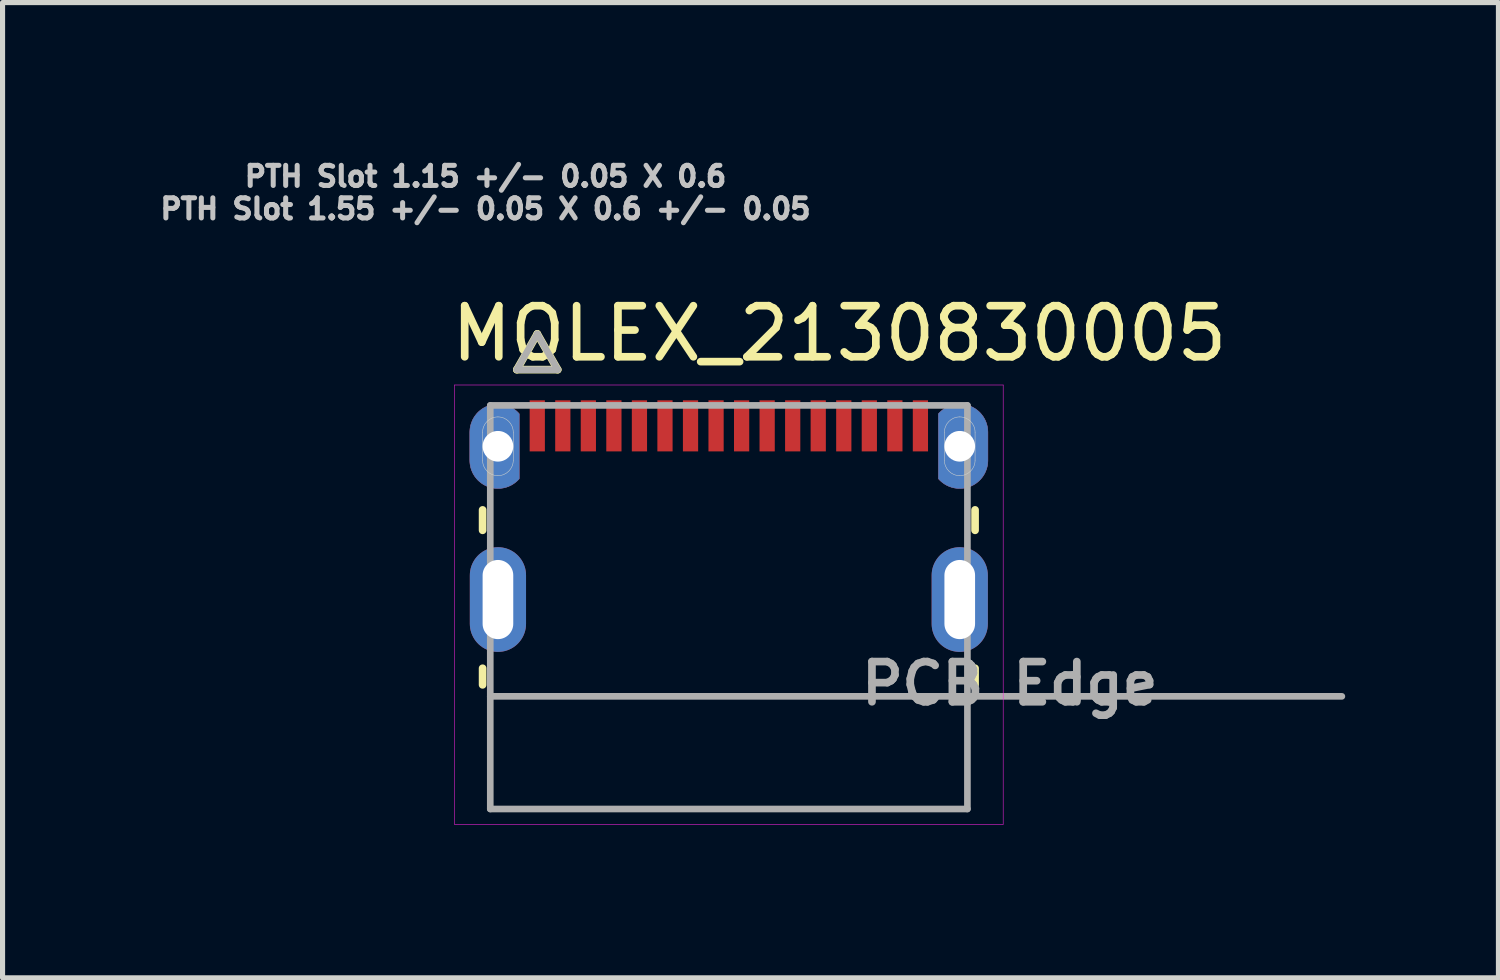
<source format=kicad_pcb>
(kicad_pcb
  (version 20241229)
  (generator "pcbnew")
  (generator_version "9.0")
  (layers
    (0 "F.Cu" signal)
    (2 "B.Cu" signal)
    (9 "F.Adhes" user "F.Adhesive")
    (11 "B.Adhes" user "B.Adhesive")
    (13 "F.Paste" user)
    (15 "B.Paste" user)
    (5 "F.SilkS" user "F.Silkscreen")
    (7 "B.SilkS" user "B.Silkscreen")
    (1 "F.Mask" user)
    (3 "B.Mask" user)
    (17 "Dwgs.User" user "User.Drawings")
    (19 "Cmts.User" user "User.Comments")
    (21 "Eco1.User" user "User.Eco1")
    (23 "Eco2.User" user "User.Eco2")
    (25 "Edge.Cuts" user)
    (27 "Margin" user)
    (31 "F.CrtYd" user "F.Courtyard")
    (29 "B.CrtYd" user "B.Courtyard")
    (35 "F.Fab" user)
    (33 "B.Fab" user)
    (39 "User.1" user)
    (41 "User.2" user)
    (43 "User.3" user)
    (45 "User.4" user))
  (footprint "MOLEX_2130830005"
    (layer "F.Cu")
    (at 11.217 8.686)
    (property "Reference" "MOLEX_2130830005" (at 2.163 -5.207 0) (layer "F.SilkS") (effects (font (size 1 1) (thickness 0.15))))
    (attr smd)
    (fp_poly (pts (xy -4.52 -3.825) (xy -4.549 -3.824) (xy -4.577 -3.822) (xy -4.606 -3.818) (xy -4.634 -3.813) (xy -4.662 -3.806) (xy -4.69 -3.798) (xy -4.717 -3.788) (xy -4.744 -3.777) (xy -4.77 -3.765) (xy -4.795 -3.751) (xy -4.82 -3.736) (xy -4.843 -3.72) (xy -4.866 -3.702) (xy -4.888 -3.684) (xy -4.909 -3.664) (xy -4.929 -3.643) (xy -4.947 -3.621) (xy -4.965 -3.598) (xy -4.981 -3.575) (xy -4.996 -3.55) (xy -5.01 -3.525) (xy -5.022 -3.499) (xy -5.033 -3.472) (xy -5.043 -3.445) (xy -5.051 -3.417) (xy -5.058 -3.389) (xy -5.063 -3.361) (xy -5.067 -3.332) (xy -5.069 -3.304) (xy -5.07 -3.275) (xy -5.07 -2.725) (xy -5.069 -2.696) (xy -5.067 -2.668) (xy -5.063 -2.639) (xy -5.058 -2.611) (xy -5.051 -2.583) (xy -5.043 -2.555) (xy -5.033 -2.528) (xy -5.022 -2.501) (xy -5.01 -2.475) (xy -4.996 -2.45) (xy -4.981 -2.425) (xy -4.965 -2.402) (xy -4.947 -2.379) (xy -4.929 -2.357) (xy -4.909 -2.336) (xy -4.888 -2.316) (xy -4.866 -2.298) (xy -4.843 -2.28) (xy -4.82 -2.264) (xy -4.795 -2.249) (xy -4.77 -2.235) (xy -4.744 -2.223) (xy -4.717 -2.212) (xy -4.69 -2.202) (xy -4.662 -2.194) (xy -4.634 -2.187) (xy -4.606 -2.182) (xy -4.577 -2.178) (xy -4.549 -2.176) (xy -4.52 -2.175) (xy -4.504 -2.175) (xy -4.489 -2.176) (xy -4.473 -2.177) (xy -4.457 -2.179) (xy -4.442 -2.181) (xy -4.426 -2.183) (xy -4.411 -2.186) (xy -4.396 -2.189) (xy -4.38 -2.193) (xy -4.365 -2.197) (xy -4.35 -2.202) (xy -4.336 -2.207) (xy -4.321 -2.212) (xy -4.306 -2.218) (xy -4.292 -2.225) (xy -4.278 -2.231) (xy -4.264 -2.238) (xy -4.25 -2.246) (xy -4.236 -2.254) (xy -4.223 -2.262) (xy -4.21 -2.271) (xy -4.197 -2.28) (xy -4.185 -2.289) (xy -4.172 -2.299) (xy -4.16 -2.309) (xy -4.149 -2.319) (xy -4.137 -2.33) (xy -4.126 -2.341) (xy -4.115 -2.352) (xy -4.104 -2.365) (xy -4.104 -3.635) (xy -4.115 -3.648) (xy -4.126 -3.659) (xy -4.137 -3.67) (xy -4.149 -3.681) (xy -4.16 -3.691) (xy -4.172 -3.701) (xy -4.185 -3.711) (xy -4.197 -3.72) (xy -4.21 -3.729) (xy -4.223 -3.738) (xy -4.236 -3.746) (xy -4.25 -3.754) (xy -4.264 -3.762) (xy -4.278 -3.769) (xy -4.292 -3.775) (xy -4.306 -3.782) (xy -4.321 -3.788) (xy -4.336 -3.793) (xy -4.35 -3.798) (xy -4.365 -3.803) (xy -4.38 -3.807) (xy -4.396 -3.811) (xy -4.411 -3.814) (xy -4.426 -3.817) (xy -4.442 -3.819) (xy -4.457 -3.821) (xy -4.473 -3.823) (xy -4.489 -3.824) (xy -4.504 -3.825) (xy -4.52 -3.825)) (stroke (width 0.01) (type solid)) (fill yes) (layer "F.Cu"))
    (fp_poly (pts (xy 4.52 -3.825) (xy 4.549 -3.824) (xy 4.577 -3.822) (xy 4.606 -3.818) (xy 4.634 -3.813) (xy 4.662 -3.806) (xy 4.69 -3.798) (xy 4.717 -3.788) (xy 4.744 -3.777) (xy 4.77 -3.765) (xy 4.795 -3.751) (xy 4.82 -3.736) (xy 4.843 -3.72) (xy 4.866 -3.702) (xy 4.888 -3.684) (xy 4.909 -3.664) (xy 4.929 -3.643) (xy 4.947 -3.621) (xy 4.965 -3.598) (xy 4.981 -3.575) (xy 4.996 -3.55) (xy 5.01 -3.525) (xy 5.022 -3.499) (xy 5.033 -3.472) (xy 5.043 -3.445) (xy 5.051 -3.417) (xy 5.058 -3.389) (xy 5.063 -3.361) (xy 5.067 -3.332) (xy 5.069 -3.304) (xy 5.07 -3.275) (xy 5.07 -2.725) (xy 5.069 -2.696) (xy 5.067 -2.668) (xy 5.063 -2.639) (xy 5.058 -2.611) (xy 5.051 -2.583) (xy 5.043 -2.555) (xy 5.033 -2.528) (xy 5.022 -2.501) (xy 5.01 -2.475) (xy 4.996 -2.45) (xy 4.981 -2.425) (xy 4.965 -2.402) (xy 4.947 -2.379) (xy 4.929 -2.357) (xy 4.909 -2.336) (xy 4.888 -2.316) (xy 4.866 -2.298) (xy 4.843 -2.28) (xy 4.82 -2.264) (xy 4.795 -2.249) (xy 4.77 -2.235) (xy 4.744 -2.223) (xy 4.717 -2.212) (xy 4.69 -2.202) (xy 4.662 -2.194) (xy 4.634 -2.187) (xy 4.606 -2.182) (xy 4.577 -2.178) (xy 4.549 -2.176) (xy 4.52 -2.175) (xy 4.504 -2.175) (xy 4.489 -2.176) (xy 4.473 -2.177) (xy 4.457 -2.179) (xy 4.442 -2.181) (xy 4.426 -2.183) (xy 4.411 -2.186) (xy 4.396 -2.189) (xy 4.38 -2.193) (xy 4.365 -2.197) (xy 4.35 -2.202) (xy 4.336 -2.207) (xy 4.321 -2.212) (xy 4.306 -2.218) (xy 4.292 -2.225) (xy 4.278 -2.231) (xy 4.264 -2.238) (xy 4.25 -2.246) (xy 4.236 -2.254) (xy 4.223 -2.262) (xy 4.21 -2.271) (xy 4.197 -2.28) (xy 4.185 -2.289) (xy 4.172 -2.299) (xy 4.16 -2.309) (xy 4.149 -2.319) (xy 4.137 -2.33) (xy 4.126 -2.341) (xy 4.115 -2.352) (xy 4.104 -2.365) (xy 4.104 -3.635) (xy 4.115 -3.648) (xy 4.126 -3.659) (xy 4.137 -3.67) (xy 4.149 -3.681) (xy 4.16 -3.691) (xy 4.172 -3.701) (xy 4.185 -3.711) (xy 4.197 -3.72) (xy 4.21 -3.729) (xy 4.223 -3.738) (xy 4.236 -3.746) (xy 4.25 -3.754) (xy 4.264 -3.762) (xy 4.278 -3.769) (xy 4.292 -3.775) (xy 4.306 -3.782) (xy 4.321 -3.788) (xy 4.336 -3.793) (xy 4.35 -3.798) (xy 4.365 -3.803) (xy 4.38 -3.807) (xy 4.396 -3.811) (xy 4.411 -3.814) (xy 4.426 -3.817) (xy 4.442 -3.819) (xy 4.457 -3.821) (xy 4.473 -3.823) (xy 4.489 -3.824) (xy 4.504 -3.825) (xy 4.52 -3.825)) (stroke (width 0.01) (type solid)) (fill yes) (layer "F.Cu"))
    (fp_poly (pts (xy -3.962 -3.963) (xy -3.538 -3.963) (xy -3.538 -2.837) (xy -3.962 -2.837)) (stroke (width 0.01) (type solid)) (fill yes) (layer "F.Mask"))
    (fp_poly (pts (xy -3.462 -3.963) (xy -3.038 -3.963) (xy -3.038 -2.837) (xy -3.462 -2.837)) (stroke (width 0.01) (type solid)) (fill yes) (layer "F.Mask"))
    (fp_poly (pts (xy -2.962 -3.963) (xy -2.538 -3.963) (xy -2.538 -2.837) (xy -2.962 -2.837)) (stroke (width 0.01) (type solid)) (fill yes) (layer "F.Mask"))
    (fp_poly (pts (xy -2.462 -3.963) (xy -2.038 -3.963) (xy -2.038 -2.837) (xy -2.462 -2.837)) (stroke (width 0.01) (type solid)) (fill yes) (layer "F.Mask"))
    (fp_poly (pts (xy -1.962 -3.963) (xy -1.538 -3.963) (xy -1.538 -2.837) (xy -1.962 -2.837)) (stroke (width 0.01) (type solid)) (fill yes) (layer "F.Mask"))
    (fp_poly (pts (xy -1.462 -3.963) (xy -1.038 -3.963) (xy -1.038 -2.837) (xy -1.462 -2.837)) (stroke (width 0.01) (type solid)) (fill yes) (layer "F.Mask"))
    (fp_poly (pts (xy -0.963 -3.963) (xy -0.537 -3.963) (xy -0.537 -2.837) (xy -0.963 -2.837)) (stroke (width 0.01) (type solid)) (fill yes) (layer "F.Mask"))
    (fp_poly (pts (xy -0.463 -3.963) (xy -0.037 -3.963) (xy -0.037 -2.837) (xy -0.463 -2.837)) (stroke (width 0.01) (type solid)) (fill yes) (layer "F.Mask"))
    (fp_poly (pts (xy 0.037 -3.963) (xy 0.463 -3.963) (xy 0.463 -2.837) (xy 0.037 -2.837)) (stroke (width 0.01) (type solid)) (fill yes) (layer "F.Mask"))
    (fp_poly (pts (xy 0.537 -3.963) (xy 0.963 -3.963) (xy 0.963 -2.837) (xy 0.537 -2.837)) (stroke (width 0.01) (type solid)) (fill yes) (layer "F.Mask"))
    (fp_poly (pts (xy 1.038 -3.963) (xy 1.462 -3.963) (xy 1.462 -2.837) (xy 1.038 -2.837)) (stroke (width 0.01) (type solid)) (fill yes) (layer "F.Mask"))
    (fp_poly (pts (xy 1.538 -3.963) (xy 1.962 -3.963) (xy 1.962 -2.837) (xy 1.538 -2.837)) (stroke (width 0.01) (type solid)) (fill yes) (layer "F.Mask"))
    (fp_poly (pts (xy 2.038 -3.963) (xy 2.462 -3.963) (xy 2.462 -2.837) (xy 2.038 -2.837)) (stroke (width 0.01) (type solid)) (fill yes) (layer "F.Mask"))
    (fp_poly (pts (xy 2.538 -3.963) (xy 2.962 -3.963) (xy 2.962 -2.837) (xy 2.538 -2.837)) (stroke (width 0.01) (type solid)) (fill yes) (layer "F.Mask"))
    (fp_poly (pts (xy 3.038 -3.963) (xy 3.462 -3.963) (xy 3.462 -2.837) (xy 3.038 -2.837)) (stroke (width 0.01) (type solid)) (fill yes) (layer "F.Mask"))
    (fp_poly (pts (xy 3.538 -3.963) (xy 3.962 -3.963) (xy 3.962 -2.837) (xy 3.538 -2.837)) (stroke (width 0.01) (type solid)) (fill yes) (layer "F.Mask"))
    (fp_poly (pts (xy -4.52 -3.889) (xy -4.552 -3.888) (xy -4.584 -3.885) (xy -4.616 -3.881) (xy -4.648 -3.875) (xy -4.679 -3.868) (xy -4.71 -3.858) (xy -4.74 -3.848) (xy -4.77 -3.835) (xy -4.799 -3.822) (xy -4.827 -3.806) (xy -4.854 -3.79) (xy -4.881 -3.771) (xy -4.906 -3.752) (xy -4.931 -3.731) (xy -4.954 -3.709) (xy -4.976 -3.686) (xy -4.997 -3.661) (xy -5.016 -3.636) (xy -5.035 -3.609) (xy -5.051 -3.582) (xy -5.067 -3.554) (xy -5.08 -3.525) (xy -5.093 -3.495) (xy -5.103 -3.465) (xy -5.113 -3.434) (xy -5.12 -3.403) (xy -5.126 -3.371) (xy -5.13 -3.339) (xy -5.133 -3.307) (xy -5.133 -3.275) (xy -5.133 -2.725) (xy -5.133 -2.693) (xy -5.13 -2.661) (xy -5.126 -2.629) (xy -5.12 -2.597) (xy -5.113 -2.566) (xy -5.103 -2.535) (xy -5.093 -2.505) (xy -5.08 -2.475) (xy -5.067 -2.446) (xy -5.051 -2.418) (xy -5.035 -2.391) (xy -5.016 -2.364) (xy -4.997 -2.339) (xy -4.976 -2.314) (xy -4.954 -2.291) (xy -4.931 -2.269) (xy -4.906 -2.248) (xy -4.881 -2.229) (xy -4.854 -2.21) (xy -4.827 -2.194) (xy -4.799 -2.178) (xy -4.77 -2.165) (xy -4.74 -2.152) (xy -4.71 -2.142) (xy -4.679 -2.132) (xy -4.648 -2.125) (xy -4.616 -2.119) (xy -4.584 -2.115) (xy -4.552 -2.112) (xy -4.52 -2.111) (xy -4.502 -2.112) (xy -4.484 -2.113) (xy -4.465 -2.114) (xy -4.447 -2.116) (xy -4.429 -2.118) (xy -4.411 -2.121) (xy -4.393 -2.125) (xy -4.376 -2.129) (xy -4.358 -2.133) (xy -4.341 -2.138) (xy -4.323 -2.144) (xy -4.306 -2.15) (xy -4.289 -2.157) (xy -4.272 -2.164) (xy -4.256 -2.171) (xy -4.24 -2.179) (xy -4.224 -2.188) (xy -4.208 -2.197) (xy -4.192 -2.206) (xy -4.177 -2.216) (xy -4.162 -2.227) (xy -4.147 -2.238) (xy -4.133 -2.249) (xy -4.119 -2.261) (xy -4.106 -2.273) (xy -4.092 -2.285) (xy -4.079 -2.298) (xy -4.067 -2.311) (xy -4.055 -2.325) (xy -4.04 -2.342) (xy -4.04 -3.658) (xy -4.055 -3.675) (xy -4.067 -3.689) (xy -4.079 -3.702) (xy -4.092 -3.715) (xy -4.106 -3.727) (xy -4.119 -3.739) (xy -4.133 -3.751) (xy -4.147 -3.762) (xy -4.162 -3.773) (xy -4.177 -3.784) (xy -4.192 -3.794) (xy -4.208 -3.803) (xy -4.224 -3.812) (xy -4.24 -3.821) (xy -4.256 -3.829) (xy -4.272 -3.836) (xy -4.289 -3.843) (xy -4.306 -3.85) (xy -4.323 -3.856) (xy -4.341 -3.862) (xy -4.358 -3.867) (xy -4.376 -3.871) (xy -4.393 -3.875) (xy -4.411 -3.879) (xy -4.429 -3.882) (xy -4.447 -3.884) (xy -4.465 -3.886) (xy -4.484 -3.887) (xy -4.502 -3.888) (xy -4.52 -3.889) (xy -4.52 -3.889)) (stroke (width 0.01) (type solid)) (fill yes) (layer "F.Mask"))
    (fp_poly (pts (xy 4.52 -3.889) (xy 4.552 -3.888) (xy 4.584 -3.885) (xy 4.616 -3.881) (xy 4.648 -3.875) (xy 4.679 -3.868) (xy 4.71 -3.858) (xy 4.74 -3.848) (xy 4.77 -3.835) (xy 4.799 -3.822) (xy 4.827 -3.806) (xy 4.854 -3.79) (xy 4.881 -3.771) (xy 4.906 -3.752) (xy 4.931 -3.731) (xy 4.954 -3.709) (xy 4.976 -3.686) (xy 4.997 -3.661) (xy 5.016 -3.636) (xy 5.035 -3.609) (xy 5.051 -3.582) (xy 5.067 -3.554) (xy 5.08 -3.525) (xy 5.093 -3.495) (xy 5.103 -3.465) (xy 5.113 -3.434) (xy 5.12 -3.403) (xy 5.126 -3.371) (xy 5.13 -3.339) (xy 5.133 -3.307) (xy 5.133 -3.275) (xy 5.133 -2.725) (xy 5.133 -2.693) (xy 5.13 -2.661) (xy 5.126 -2.629) (xy 5.12 -2.597) (xy 5.113 -2.566) (xy 5.103 -2.535) (xy 5.093 -2.505) (xy 5.08 -2.475) (xy 5.067 -2.446) (xy 5.051 -2.418) (xy 5.035 -2.391) (xy 5.016 -2.364) (xy 4.997 -2.339) (xy 4.976 -2.314) (xy 4.954 -2.291) (xy 4.931 -2.269) (xy 4.906 -2.248) (xy 4.881 -2.229) (xy 4.854 -2.21) (xy 4.827 -2.194) (xy 4.799 -2.178) (xy 4.77 -2.165) (xy 4.74 -2.152) (xy 4.71 -2.142) (xy 4.679 -2.132) (xy 4.648 -2.125) (xy 4.616 -2.119) (xy 4.584 -2.115) (xy 4.552 -2.112) (xy 4.52 -2.111) (xy 4.502 -2.112) (xy 4.484 -2.113) (xy 4.465 -2.114) (xy 4.447 -2.116) (xy 4.429 -2.118) (xy 4.411 -2.121) (xy 4.393 -2.125) (xy 4.376 -2.129) (xy 4.358 -2.133) (xy 4.341 -2.138) (xy 4.323 -2.144) (xy 4.306 -2.15) (xy 4.289 -2.157) (xy 4.272 -2.164) (xy 4.256 -2.171) (xy 4.24 -2.179) (xy 4.224 -2.188) (xy 4.208 -2.197) (xy 4.192 -2.206) (xy 4.177 -2.216) (xy 4.162 -2.227) (xy 4.147 -2.238) (xy 4.133 -2.249) (xy 4.119 -2.261) (xy 4.106 -2.273) (xy 4.092 -2.285) (xy 4.079 -2.298) (xy 4.067 -2.311) (xy 4.055 -2.325) (xy 4.04 -2.342) (xy 4.04 -3.658) (xy 4.055 -3.675) (xy 4.067 -3.689) (xy 4.079 -3.702) (xy 4.092 -3.715) (xy 4.106 -3.727) (xy 4.119 -3.739) (xy 4.133 -3.751) (xy 4.147 -3.762) (xy 4.162 -3.773) (xy 4.177 -3.784) (xy 4.192 -3.794) (xy 4.208 -3.803) (xy 4.224 -3.812) (xy 4.24 -3.821) (xy 4.256 -3.829) (xy 4.272 -3.836) (xy 4.289 -3.843) (xy 4.306 -3.85) (xy 4.323 -3.856) (xy 4.341 -3.862) (xy 4.358 -3.867) (xy 4.376 -3.871) (xy 4.393 -3.875) (xy 4.411 -3.879) (xy 4.429 -3.882) (xy 4.447 -3.884) (xy 4.465 -3.886) (xy 4.484 -3.887) (xy 4.502 -3.888) (xy 4.52 -3.889) (xy 4.52 -3.889)) (stroke (width 0.01) (type solid)) (fill yes) (layer "F.Mask"))
    (fp_poly (pts (xy -4.52 -3.825) (xy -4.549 -3.824) (xy -4.577 -3.822) (xy -4.606 -3.818) (xy -4.634 -3.813) (xy -4.662 -3.806) (xy -4.69 -3.798) (xy -4.717 -3.788) (xy -4.744 -3.777) (xy -4.77 -3.765) (xy -4.795 -3.751) (xy -4.82 -3.736) (xy -4.843 -3.72) (xy -4.866 -3.702) (xy -4.888 -3.684) (xy -4.909 -3.664) (xy -4.929 -3.643) (xy -4.947 -3.621) (xy -4.965 -3.598) (xy -4.981 -3.575) (xy -4.996 -3.55) (xy -5.01 -3.525) (xy -5.022 -3.499) (xy -5.033 -3.472) (xy -5.043 -3.445) (xy -5.051 -3.417) (xy -5.058 -3.389) (xy -5.063 -3.361) (xy -5.067 -3.332) (xy -5.069 -3.304) (xy -5.07 -3.275) (xy -5.07 -2.725) (xy -5.069 -2.696) (xy -5.067 -2.668) (xy -5.063 -2.639) (xy -5.058 -2.611) (xy -5.051 -2.583) (xy -5.043 -2.555) (xy -5.033 -2.528) (xy -5.022 -2.501) (xy -5.01 -2.475) (xy -4.996 -2.45) (xy -4.981 -2.425) (xy -4.965 -2.402) (xy -4.947 -2.379) (xy -4.929 -2.357) (xy -4.909 -2.336) (xy -4.888 -2.316) (xy -4.866 -2.298) (xy -4.843 -2.28) (xy -4.82 -2.264) (xy -4.795 -2.249) (xy -4.77 -2.235) (xy -4.744 -2.223) (xy -4.717 -2.212) (xy -4.69 -2.202) (xy -4.662 -2.194) (xy -4.634 -2.187) (xy -4.606 -2.182) (xy -4.577 -2.178) (xy -4.549 -2.176) (xy -4.52 -2.175) (xy -4.504 -2.175) (xy -4.489 -2.176) (xy -4.473 -2.177) (xy -4.457 -2.179) (xy -4.442 -2.181) (xy -4.426 -2.183) (xy -4.411 -2.186) (xy -4.396 -2.189) (xy -4.38 -2.193) (xy -4.365 -2.197) (xy -4.35 -2.202) (xy -4.336 -2.207) (xy -4.321 -2.212) (xy -4.306 -2.218) (xy -4.292 -2.225) (xy -4.278 -2.231) (xy -4.264 -2.238) (xy -4.25 -2.246) (xy -4.236 -2.254) (xy -4.223 -2.262) (xy -4.21 -2.271) (xy -4.197 -2.28) (xy -4.185 -2.289) (xy -4.172 -2.299) (xy -4.16 -2.309) (xy -4.149 -2.319) (xy -4.137 -2.33) (xy -4.126 -2.341) (xy -4.115 -2.352) (xy -4.104 -2.365) (xy -4.104 -3.635) (xy -4.115 -3.648) (xy -4.126 -3.659) (xy -4.137 -3.67) (xy -4.149 -3.681) (xy -4.16 -3.691) (xy -4.172 -3.701) (xy -4.185 -3.711) (xy -4.197 -3.72) (xy -4.21 -3.729) (xy -4.223 -3.738) (xy -4.236 -3.746) (xy -4.25 -3.754) (xy -4.264 -3.762) (xy -4.278 -3.769) (xy -4.292 -3.775) (xy -4.306 -3.782) (xy -4.321 -3.788) (xy -4.336 -3.793) (xy -4.35 -3.798) (xy -4.365 -3.803) (xy -4.38 -3.807) (xy -4.396 -3.811) (xy -4.411 -3.814) (xy -4.426 -3.817) (xy -4.442 -3.819) (xy -4.457 -3.821) (xy -4.473 -3.823) (xy -4.489 -3.824) (xy -4.504 -3.825) (xy -4.52 -3.825)) (stroke (width 0.01) (type solid)) (fill yes) (layer "B.Cu"))
    (fp_poly (pts (xy 4.52 -3.825) (xy 4.549 -3.824) (xy 4.577 -3.822) (xy 4.606 -3.818) (xy 4.634 -3.813) (xy 4.662 -3.806) (xy 4.69 -3.798) (xy 4.717 -3.788) (xy 4.744 -3.777) (xy 4.77 -3.765) (xy 4.795 -3.751) (xy 4.82 -3.736) (xy 4.843 -3.72) (xy 4.866 -3.702) (xy 4.888 -3.684) (xy 4.909 -3.664) (xy 4.929 -3.643) (xy 4.947 -3.621) (xy 4.965 -3.598) (xy 4.981 -3.575) (xy 4.996 -3.55) (xy 5.01 -3.525) (xy 5.022 -3.499) (xy 5.033 -3.472) (xy 5.043 -3.445) (xy 5.051 -3.417) (xy 5.058 -3.389) (xy 5.063 -3.361) (xy 5.067 -3.332) (xy 5.069 -3.304) (xy 5.07 -3.275) (xy 5.07 -2.725) (xy 5.069 -2.696) (xy 5.067 -2.668) (xy 5.063 -2.639) (xy 5.058 -2.611) (xy 5.051 -2.583) (xy 5.043 -2.555) (xy 5.033 -2.528) (xy 5.022 -2.501) (xy 5.01 -2.475) (xy 4.996 -2.45) (xy 4.981 -2.425) (xy 4.965 -2.402) (xy 4.947 -2.379) (xy 4.929 -2.357) (xy 4.909 -2.336) (xy 4.888 -2.316) (xy 4.866 -2.298) (xy 4.843 -2.28) (xy 4.82 -2.264) (xy 4.795 -2.249) (xy 4.77 -2.235) (xy 4.744 -2.223) (xy 4.717 -2.212) (xy 4.69 -2.202) (xy 4.662 -2.194) (xy 4.634 -2.187) (xy 4.606 -2.182) (xy 4.577 -2.178) (xy 4.549 -2.176) (xy 4.52 -2.175) (xy 4.504 -2.175) (xy 4.489 -2.176) (xy 4.473 -2.177) (xy 4.457 -2.179) (xy 4.442 -2.181) (xy 4.426 -2.183) (xy 4.411 -2.186) (xy 4.396 -2.189) (xy 4.38 -2.193) (xy 4.365 -2.197) (xy 4.35 -2.202) (xy 4.336 -2.207) (xy 4.321 -2.212) (xy 4.306 -2.218) (xy 4.292 -2.225) (xy 4.278 -2.231) (xy 4.264 -2.238) (xy 4.25 -2.246) (xy 4.236 -2.254) (xy 4.223 -2.262) (xy 4.21 -2.271) (xy 4.197 -2.28) (xy 4.185 -2.289) (xy 4.172 -2.299) (xy 4.16 -2.309) (xy 4.149 -2.319) (xy 4.137 -2.33) (xy 4.126 -2.341) (xy 4.115 -2.352) (xy 4.104 -2.365) (xy 4.104 -3.635) (xy 4.115 -3.648) (xy 4.126 -3.659) (xy 4.137 -3.67) (xy 4.149 -3.681) (xy 4.16 -3.691) (xy 4.172 -3.701) (xy 4.185 -3.711) (xy 4.197 -3.72) (xy 4.21 -3.729) (xy 4.223 -3.738) (xy 4.236 -3.746) (xy 4.25 -3.754) (xy 4.264 -3.762) (xy 4.278 -3.769) (xy 4.292 -3.775) (xy 4.306 -3.782) (xy 4.321 -3.788) (xy 4.336 -3.793) (xy 4.35 -3.798) (xy 4.365 -3.803) (xy 4.38 -3.807) (xy 4.396 -3.811) (xy 4.411 -3.814) (xy 4.426 -3.817) (xy 4.442 -3.819) (xy 4.457 -3.821) (xy 4.473 -3.823) (xy 4.489 -3.824) (xy 4.504 -3.825) (xy 4.52 -3.825)) (stroke (width 0.01) (type solid)) (fill yes) (layer "B.Cu"))
    (fp_poly (pts (xy -4.52 -3.889) (xy -4.552 -3.888) (xy -4.584 -3.885) (xy -4.616 -3.881) (xy -4.648 -3.875) (xy -4.679 -3.868) (xy -4.71 -3.858) (xy -4.74 -3.848) (xy -4.77 -3.835) (xy -4.799 -3.822) (xy -4.827 -3.806) (xy -4.854 -3.79) (xy -4.881 -3.771) (xy -4.906 -3.752) (xy -4.931 -3.731) (xy -4.954 -3.709) (xy -4.976 -3.686) (xy -4.997 -3.661) (xy -5.016 -3.636) (xy -5.035 -3.609) (xy -5.051 -3.582) (xy -5.067 -3.554) (xy -5.08 -3.525) (xy -5.093 -3.495) (xy -5.103 -3.465) (xy -5.113 -3.434) (xy -5.12 -3.403) (xy -5.126 -3.371) (xy -5.13 -3.339) (xy -5.133 -3.307) (xy -5.133 -3.275) (xy -5.133 -2.725) (xy -5.133 -2.693) (xy -5.13 -2.661) (xy -5.126 -2.629) (xy -5.12 -2.597) (xy -5.113 -2.566) (xy -5.103 -2.535) (xy -5.093 -2.505) (xy -5.08 -2.475) (xy -5.067 -2.446) (xy -5.051 -2.418) (xy -5.035 -2.391) (xy -5.016 -2.364) (xy -4.997 -2.339) (xy -4.976 -2.314) (xy -4.954 -2.291) (xy -4.931 -2.269) (xy -4.906 -2.248) (xy -4.881 -2.229) (xy -4.854 -2.21) (xy -4.827 -2.194) (xy -4.799 -2.178) (xy -4.77 -2.165) (xy -4.74 -2.152) (xy -4.71 -2.142) (xy -4.679 -2.132) (xy -4.648 -2.125) (xy -4.616 -2.119) (xy -4.584 -2.115) (xy -4.552 -2.112) (xy -4.52 -2.111) (xy -4.502 -2.112) (xy -4.484 -2.113) (xy -4.465 -2.114) (xy -4.447 -2.116) (xy -4.429 -2.118) (xy -4.411 -2.121) (xy -4.393 -2.125) (xy -4.376 -2.129) (xy -4.358 -2.133) (xy -4.341 -2.138) (xy -4.323 -2.144) (xy -4.306 -2.15) (xy -4.289 -2.157) (xy -4.272 -2.164) (xy -4.256 -2.171) (xy -4.24 -2.179) (xy -4.224 -2.188) (xy -4.208 -2.197) (xy -4.192 -2.206) (xy -4.177 -2.216) (xy -4.162 -2.227) (xy -4.147 -2.238) (xy -4.133 -2.249) (xy -4.119 -2.261) (xy -4.106 -2.273) (xy -4.092 -2.285) (xy -4.079 -2.298) (xy -4.067 -2.311) (xy -4.055 -2.325) (xy -4.04 -2.342) (xy -4.04 -3.658) (xy -4.055 -3.675) (xy -4.067 -3.689) (xy -4.079 -3.702) (xy -4.092 -3.715) (xy -4.106 -3.727) (xy -4.119 -3.739) (xy -4.133 -3.751) (xy -4.147 -3.762) (xy -4.162 -3.773) (xy -4.177 -3.784) (xy -4.192 -3.794) (xy -4.208 -3.803) (xy -4.224 -3.812) (xy -4.24 -3.821) (xy -4.256 -3.829) (xy -4.272 -3.836) (xy -4.289 -3.843) (xy -4.306 -3.85) (xy -4.323 -3.856) (xy -4.341 -3.862) (xy -4.358 -3.867) (xy -4.376 -3.871) (xy -4.393 -3.875) (xy -4.411 -3.879) (xy -4.429 -3.882) (xy -4.447 -3.884) (xy -4.465 -3.886) (xy -4.484 -3.887) (xy -4.502 -3.888) (xy -4.52 -3.889) (xy -4.52 -3.889)) (stroke (width 0.01) (type solid)) (fill yes) (layer "B.Mask"))
    (fp_poly (pts (xy 4.52 -3.889) (xy 4.552 -3.888) (xy 4.584 -3.885) (xy 4.616 -3.881) (xy 4.648 -3.875) (xy 4.679 -3.868) (xy 4.71 -3.858) (xy 4.74 -3.848) (xy 4.77 -3.835) (xy 4.799 -3.822) (xy 4.827 -3.806) (xy 4.854 -3.79) (xy 4.881 -3.771) (xy 4.906 -3.752) (xy 4.931 -3.731) (xy 4.954 -3.709) (xy 4.976 -3.686) (xy 4.997 -3.661) (xy 5.016 -3.636) (xy 5.035 -3.609) (xy 5.051 -3.582) (xy 5.067 -3.554) (xy 5.08 -3.525) (xy 5.093 -3.495) (xy 5.103 -3.465) (xy 5.113 -3.434) (xy 5.12 -3.403) (xy 5.126 -3.371) (xy 5.13 -3.339) (xy 5.133 -3.307) (xy 5.133 -3.275) (xy 5.133 -2.725) (xy 5.133 -2.693) (xy 5.13 -2.661) (xy 5.126 -2.629) (xy 5.12 -2.597) (xy 5.113 -2.566) (xy 5.103 -2.535) (xy 5.093 -2.505) (xy 5.08 -2.475) (xy 5.067 -2.446) (xy 5.051 -2.418) (xy 5.035 -2.391) (xy 5.016 -2.364) (xy 4.997 -2.339) (xy 4.976 -2.314) (xy 4.954 -2.291) (xy 4.931 -2.269) (xy 4.906 -2.248) (xy 4.881 -2.229) (xy 4.854 -2.21) (xy 4.827 -2.194) (xy 4.799 -2.178) (xy 4.77 -2.165) (xy 4.74 -2.152) (xy 4.71 -2.142) (xy 4.679 -2.132) (xy 4.648 -2.125) (xy 4.616 -2.119) (xy 4.584 -2.115) (xy 4.552 -2.112) (xy 4.52 -2.111) (xy 4.502 -2.112) (xy 4.484 -2.113) (xy 4.465 -2.114) (xy 4.447 -2.116) (xy 4.429 -2.118) (xy 4.411 -2.121) (xy 4.393 -2.125) (xy 4.376 -2.129) (xy 4.358 -2.133) (xy 4.341 -2.138) (xy 4.323 -2.144) (xy 4.306 -2.15) (xy 4.289 -2.157) (xy 4.272 -2.164) (xy 4.256 -2.171) (xy 4.24 -2.179) (xy 4.224 -2.188) (xy 4.208 -2.197) (xy 4.192 -2.206) (xy 4.177 -2.216) (xy 4.162 -2.227) (xy 4.147 -2.238) (xy 4.133 -2.249) (xy 4.119 -2.261) (xy 4.106 -2.273) (xy 4.092 -2.285) (xy 4.079 -2.298) (xy 4.067 -2.311) (xy 4.055 -2.325) (xy 4.04 -2.342) (xy 4.04 -3.658) (xy 4.055 -3.675) (xy 4.067 -3.689) (xy 4.079 -3.702) (xy 4.092 -3.715) (xy 4.106 -3.727) (xy 4.119 -3.739) (xy 4.133 -3.751) (xy 4.147 -3.762) (xy 4.162 -3.773) (xy 4.177 -3.784) (xy 4.192 -3.794) (xy 4.208 -3.803) (xy 4.224 -3.812) (xy 4.24 -3.821) (xy 4.256 -3.829) (xy 4.272 -3.836) (xy 4.289 -3.843) (xy 4.306 -3.85) (xy 4.323 -3.856) (xy 4.341 -3.862) (xy 4.358 -3.867) (xy 4.376 -3.871) (xy 4.393 -3.875) (xy 4.411 -3.879) (xy 4.429 -3.882) (xy 4.447 -3.884) (xy 4.465 -3.886) (xy 4.484 -3.887) (xy 4.502 -3.888) (xy 4.52 -3.889) (xy 4.52 -3.889)) (stroke (width 0.01) (type solid)) (fill yes) (layer "B.Mask"))
    (fp_line (start -4.82 -1.355) (end -4.82 -1.755) (stroke (width 0.15) (type solid)) (layer "F.SilkS"))
    (fp_line (start -4.82 1.345) (end -4.82 1.67) (stroke (width 0.15) (type solid)) (layer "F.SilkS"))
    (fp_line (start -4.15 -4.5) (end -3.35 -4.5) (stroke (width 0.15) (type solid)) (layer "F.SilkS"))
    (fp_line (start -3.75 -5.2) (end -4.15 -4.5) (stroke (width 0.15) (type solid)) (layer "F.SilkS"))
    (fp_line (start -3.35 -4.5) (end -3.75 -5.2) (stroke (width 0.15) (type solid)) (layer "F.SilkS"))
    (fp_line (start 4.82 -1.355) (end 4.82 -1.755) (stroke (width 0.15) (type solid)) (layer "F.SilkS"))
    (fp_line (start 4.82 1.345) (end 4.82 1.67) (stroke (width 0.15) (type solid)) (layer "F.SilkS"))
    (fp_line (start -4.82 -3.275) (end -4.82 -2.725) (stroke (width 0.01) (type solid)) (layer "Edge.Cuts"))
    (fp_line (start -4.22 -2.725) (end -4.22 -3.275) (stroke (width 0.01) (type solid)) (layer "Edge.Cuts"))
    (fp_line (start 4.22 -2.725) (end 4.22 -3.275) (stroke (width 0.01) (type solid)) (layer "Edge.Cuts"))
    (fp_line (start 4.82 -3.275) (end 4.82 -2.725) (stroke (width 0.01) (type solid)) (layer "Edge.Cuts"))
    (fp_arc (start -4.82 -3.275) (mid -4.732132 -3.487132) (end -4.52 -3.575) (stroke (width 0.01) (type solid)) (layer "Edge.Cuts"))
    (fp_arc (start -4.52 -3.575) (mid -4.307868 -3.487132) (end -4.22 -3.275) (stroke (width 0.01) (type solid)) (layer "Edge.Cuts"))
    (fp_arc (start -4.52 -2.425) (mid -4.732132 -2.512868) (end -4.82 -2.725) (stroke (width 0.01) (type solid)) (layer "Edge.Cuts"))
    (fp_arc (start -4.22 -2.725) (mid -4.307868 -2.512868) (end -4.52 -2.425) (stroke (width 0.01) (type solid)) (layer "Edge.Cuts"))
    (fp_arc (start 4.22 -3.275) (mid 4.307868 -3.487132) (end 4.52 -3.575) (stroke (width 0.01) (type solid)) (layer "Edge.Cuts"))
    (fp_arc (start 4.52 -3.575) (mid 4.732132 -3.487132) (end 4.82 -3.275) (stroke (width 0.01) (type solid)) (layer "Edge.Cuts"))
    (fp_arc (start 4.52 -2.425) (mid 4.307868 -2.512868) (end 4.22 -2.725) (stroke (width 0.01) (type solid)) (layer "Edge.Cuts"))
    (fp_arc (start 4.82 -2.725) (mid 4.732132 -2.512868) (end 4.52 -2.425) (stroke (width 0.01) (type solid)) (layer "Edge.Cuts"))
    (fp_line (start -5.37 -4.2) (end 5.37 -4.2) (stroke (width 0.01) (type solid)) (layer "F.CrtYd"))
    (fp_line (start -5.37 4.4) (end -5.37 -4.2) (stroke (width 0.01) (type solid)) (layer "F.CrtYd"))
    (fp_line (start -5.37 4.4) (end 5.37 4.4) (stroke (width 0.01) (type solid)) (layer "F.CrtYd"))
    (fp_line (start 5.37 -4.2) (end 5.37 4.4) (stroke (width 0.01) (type solid)) (layer "F.CrtYd"))
    (fp_line (start -4.67 -3.8) (end 4.67 -3.8) (stroke (width 0.13) (type solid)) (layer "F.Fab"))
    (fp_line (start -4.67 1.895) (end -4.67 -3.8) (stroke (width 0.13) (type solid)) (layer "F.Fab"))
    (fp_line (start -4.67 1.895) (end 12 1.895) (stroke (width 0.13) (type solid)) (layer "F.Fab"))
    (fp_line (start -4.67 4.1) (end -4.67 1.895) (stroke (width 0.13) (type solid)) (layer "F.Fab"))
    (fp_line (start -4.15 -4.5) (end -3.35 -4.5) (stroke (width 0.13) (type solid)) (layer "F.Fab"))
    (fp_line (start -3.75 -5.2) (end -4.15 -4.5) (stroke (width 0.13) (type solid)) (layer "F.Fab"))
    (fp_line (start -3.35 -4.5) (end -3.75 -5.2) (stroke (width 0.13) (type solid)) (layer "F.Fab"))
    (fp_line (start 4.67 -3.8) (end 4.67 4.1) (stroke (width 0.13) (type solid)) (layer "F.Fab"))
    (fp_line (start 4.67 4.1) (end -4.67 4.1) (stroke (width 0.13) (type solid)) (layer "F.Fab"))
    (fp_text user "PTH Slot 1.55 +/- 0.05 X 0.6 +/- 0.05" (at -4.763 -7.647 0) (layer "Dwgs.User") (effects (font (size 0.394 0.394) (thickness 0.15))))
    (fp_text user "PTH Slot 1.15 +/- 0.05 X 0.6" (at -4.763 -8.283 0) (layer "Dwgs.User") (effects (font (size 0.394 0.394) (thickness 0.15))))
    (fp_text user "PCB Edge" (at 5.5 1.645 0) (layer "F.Fab") (effects (font (size 0.787 0.787) (thickness 0.15))))
    (pad "A1" smd rect (at -3.75 -3.4) (size 0.298 1) (layers "F.Cu" "F.Paste"))
    (pad "A4" smd rect (at -2.75 -3.4) (size 0.298 1) (layers "F.Cu" "F.Paste"))
    (pad "A5" smd rect (at -1.75 -3.4) (size 0.298 1) (layers "F.Cu" "F.Paste"))
    (pad "A6" smd rect (at -0.75 -3.4) (size 0.298 1) (layers "F.Cu" "F.Paste"))
    (pad "A7" smd rect (at 0.75 -3.4) (size 0.298 1) (layers "F.Cu" "F.Paste"))
    (pad "A8" smd rect (at 1.75 -3.4) (size 0.298 1) (layers "F.Cu" "F.Paste"))
    (pad "A9" smd rect (at 2.75 -3.4) (size 0.298 1) (layers "F.Cu" "F.Paste"))
    (pad "A12" smd rect (at 3.75 -3.4) (size 0.298 1) (layers "F.Cu" "F.Paste"))
    (pad "B1" smd rect (at 3.25 -3.4) (size 0.298 1) (layers "F.Cu" "F.Paste"))
    (pad "B4" smd rect (at 2.25 -3.4) (size 0.298 1) (layers "F.Cu" "F.Paste"))
    (pad "B5" smd rect (at 1.25 -3.4) (size 0.298 1) (layers "F.Cu" "F.Paste"))
    (pad "B6" smd rect (at 0.25 -3.4) (size 0.298 1) (layers "F.Cu" "F.Paste"))
    (pad "B7" smd rect (at -0.25 -3.4) (size 0.298 1) (layers "F.Cu" "F.Paste"))
    (pad "B8" smd rect (at -1.25 -3.4) (size 0.298 1) (layers "F.Cu" "F.Paste"))
    (pad "B9" smd rect (at -2.25 -3.4) (size 0.298 1) (layers "F.Cu" "F.Paste"))
    (pad "B12" smd rect (at -3.25 -3.4) (size 0.298 1) (layers "F.Cu" "F.Paste"))
    (pad "SH1" thru_hole circle (at -4.52 -3) (size 0.8 0.8) (drill 0.6) (layers "*.Cu"))
    (pad "SH2" thru_hole circle (at 4.52 -3) (size 0.8 0.8) (drill 0.6) (layers "*.Cu"))
    (pad "SH3" thru_hole oval (at -4.52 0) (size 1.1 2.05) (drill oval 0.6 1.55) (layers "*.Cu" "*.Mask"))
    (pad "SH4" thru_hole oval (at 4.52 0) (size 1.1 2.05) (drill oval 0.6 1.55) (layers "*.Cu" "*.Mask"))
    (zone (net_name "") (layer "F.Cu") (hatch full 0.508) (connect_pads) (min_thickness 0.01) (filled_areas_thickness no) (keepout (tracks not_allowed) (vias not_allowed) (pads not_allowed) (copperpour not_allowed) (footprints allowed)) (placement (enabled no)) (fill) (polygon (pts (xy 7.517 6.081) (xy 14.917 6.081) (xy 14.917 10.581) (xy 7.517 10.581))))
    (zone (net_name "") (layers "F.Cu" "B.Cu") (hatch full 0.508) (connect_pads) (min_thickness 0.01) (filled_areas_thickness no) (keepout (tracks allowed) (vias not_allowed) (pads allowed) (copperpour allowed) (footprints allowed)) (placement (enabled no)) (fill) (polygon (pts (xy 7.517 6.081) (xy 14.917 6.081) (xy 14.917 10.581) (xy 7.517 10.581)))))
  (gr_rect
    (start -3 -3)
    (end 26.282 16.091)
    (stroke (width 0.1) (type default))
    (fill no)
    (layer "Edge.Cuts")))
</source>
